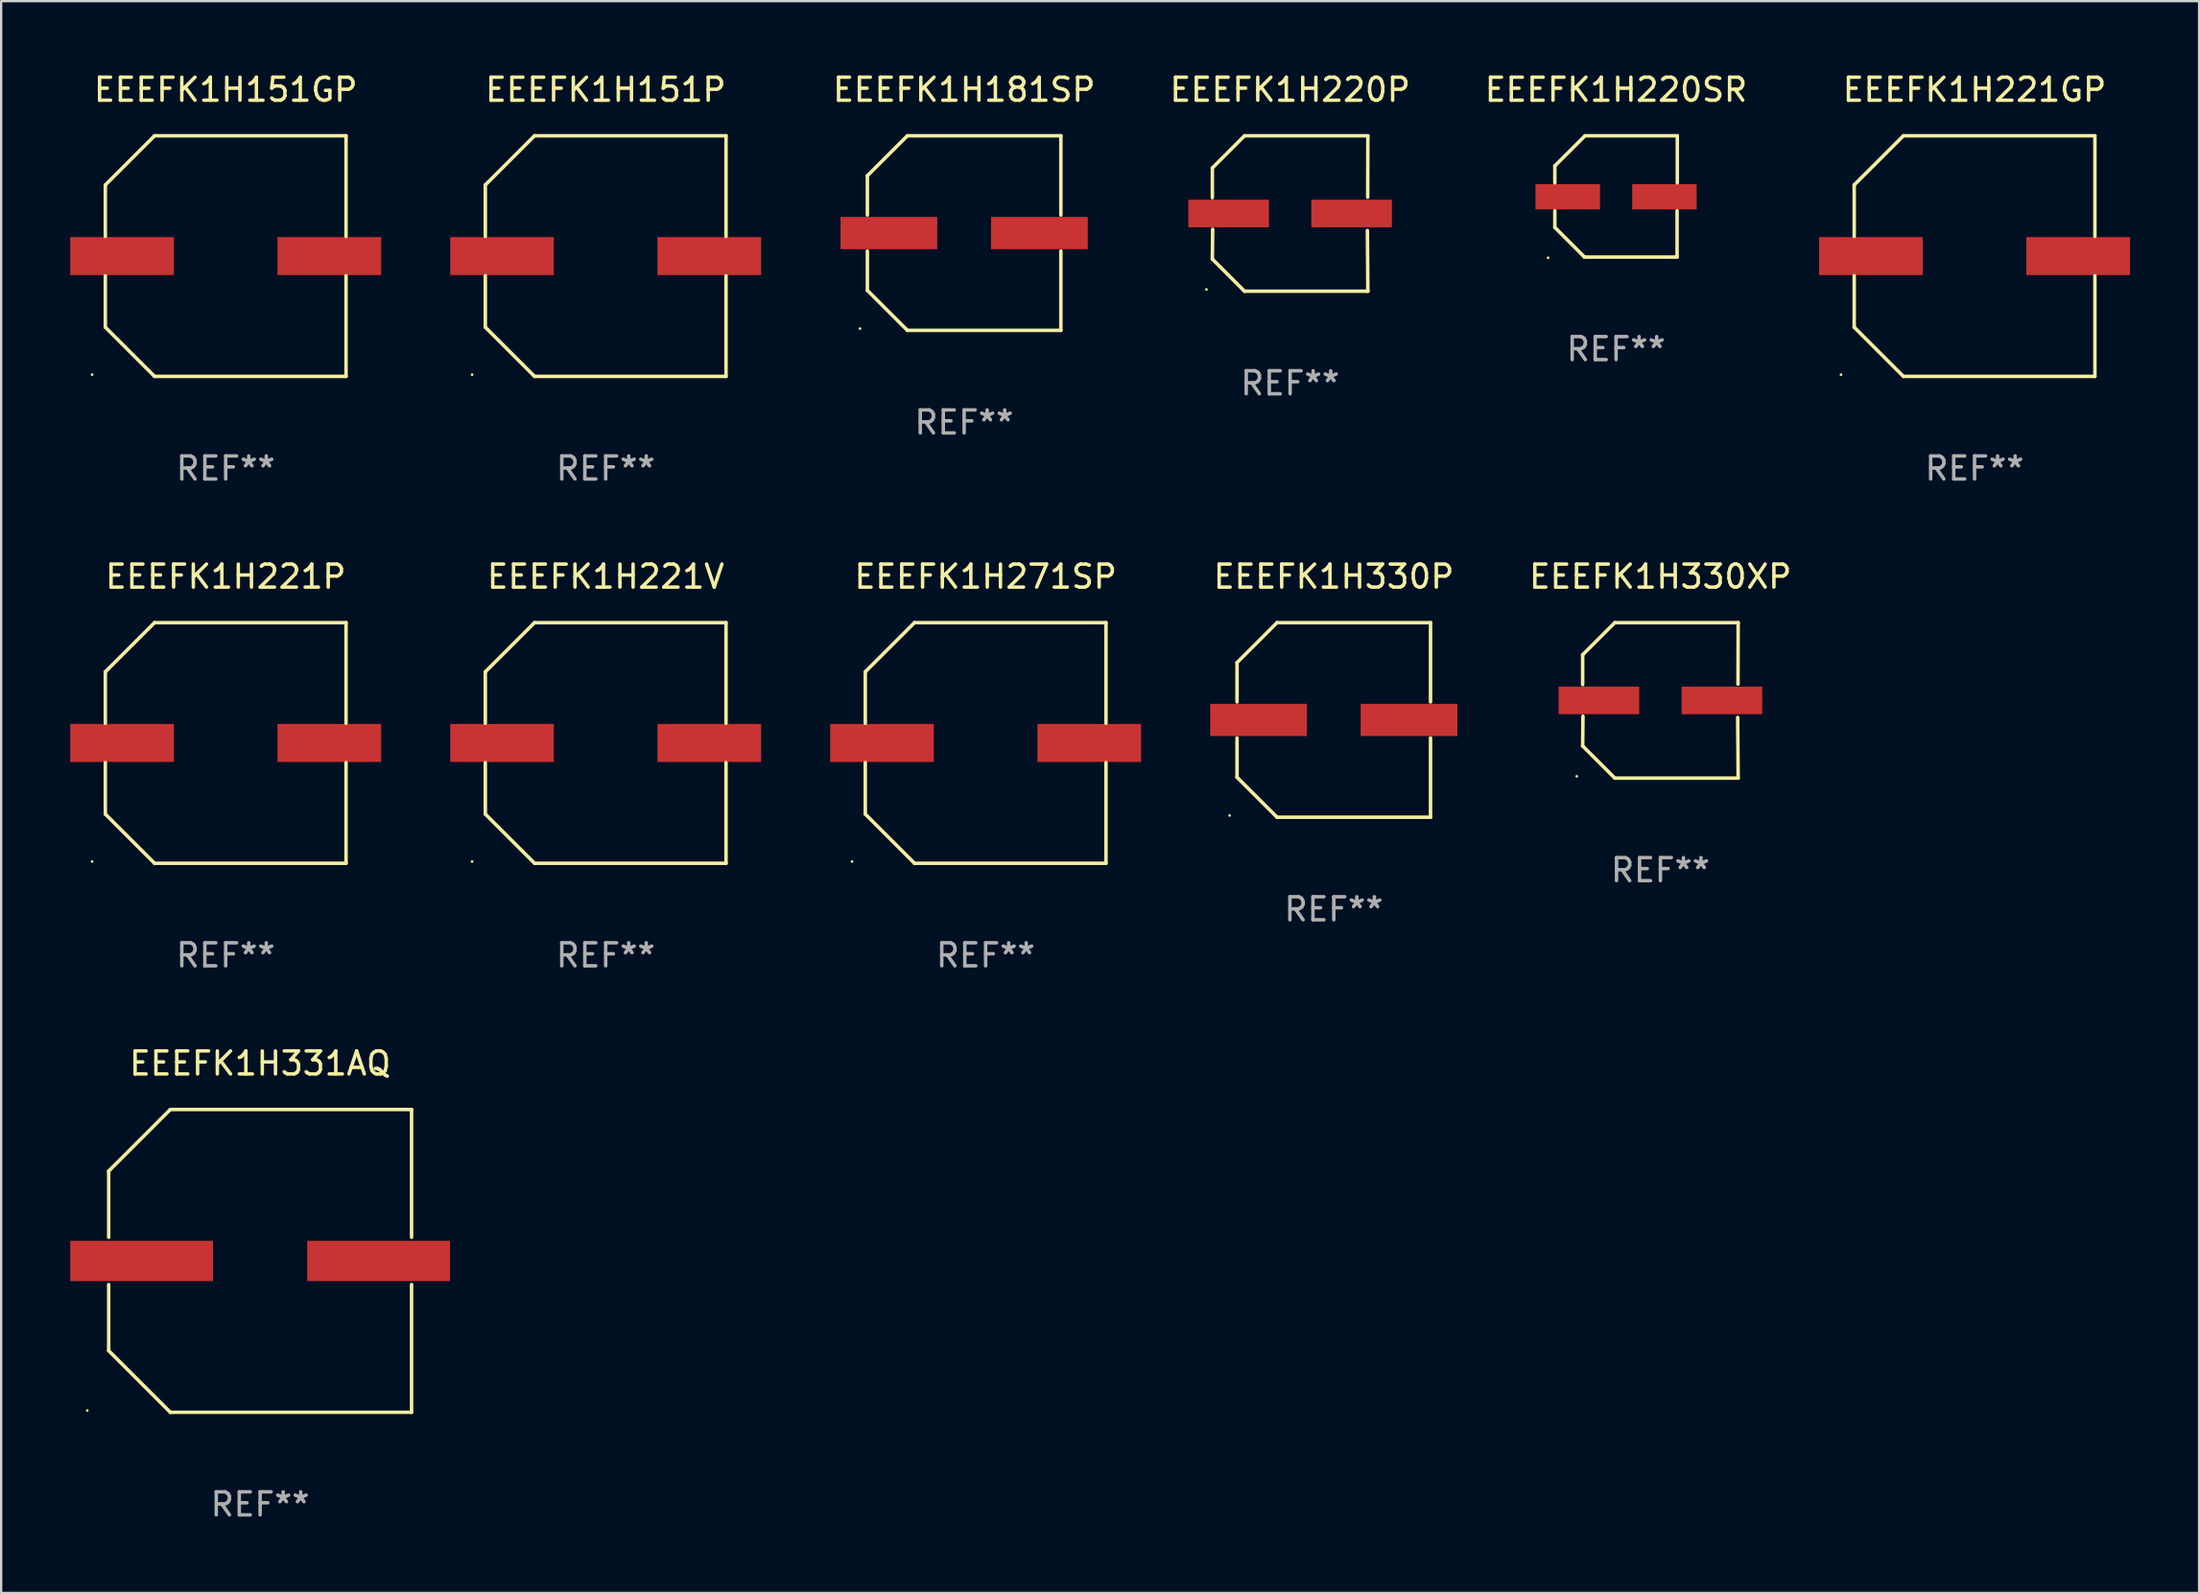
<source format=kicad_pcb>
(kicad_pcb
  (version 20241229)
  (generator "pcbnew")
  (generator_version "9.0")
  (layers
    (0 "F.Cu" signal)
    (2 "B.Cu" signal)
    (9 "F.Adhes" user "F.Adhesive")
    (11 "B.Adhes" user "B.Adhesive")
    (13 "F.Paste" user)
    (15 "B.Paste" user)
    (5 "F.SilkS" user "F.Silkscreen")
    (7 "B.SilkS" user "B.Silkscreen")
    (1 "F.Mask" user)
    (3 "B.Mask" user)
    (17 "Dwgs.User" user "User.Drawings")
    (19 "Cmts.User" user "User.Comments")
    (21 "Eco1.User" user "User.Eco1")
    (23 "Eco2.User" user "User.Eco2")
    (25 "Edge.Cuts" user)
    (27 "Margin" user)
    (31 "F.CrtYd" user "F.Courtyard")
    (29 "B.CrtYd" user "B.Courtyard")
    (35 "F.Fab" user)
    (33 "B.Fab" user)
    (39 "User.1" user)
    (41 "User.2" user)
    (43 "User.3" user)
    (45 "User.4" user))
  (footprint "EEEFK1H151GP"
    (layer "F.Cu")
    (at 6.75 8.074)
    (property "Reference" "EEEFK1H151GP" (at 0 -7.226 0) (layer "F.SilkS") (effects (font (size 1 1) (thickness 0.15))))
    (attr through_hole)
    (fp_line (start -5.226 -3.09) (end -5.226 -0.852) (stroke (width 0.152) (type solid)) (layer "F.SilkS"))
    (fp_line (start -5.226 3.09) (end -5.226 0.852) (stroke (width 0.152) (type solid)) (layer "F.SilkS"))
    (fp_line (start -3.09 -5.226) (end -5.226 -3.09) (stroke (width 0.152) (type solid)) (layer "F.SilkS"))
    (fp_line (start -3.09 5.226) (end -5.226 3.09) (stroke (width 0.152) (type solid)) (layer "F.SilkS"))
    (fp_line (start 5.226 -5.226) (end -3.09 -5.226) (stroke (width 0.152) (type solid)) (layer "F.SilkS"))
    (fp_line (start 5.226 -0.852) (end 5.226 -5.226) (stroke (width 0.152) (type solid)) (layer "F.SilkS"))
    (fp_line (start 5.226 0.852) (end 5.226 5.226) (stroke (width 0.152) (type solid)) (layer "F.SilkS"))
    (fp_line (start 5.226 5.226) (end -3.09 5.226) (stroke (width 0.152) (type solid)) (layer "F.SilkS"))
    (fp_circle (center -5.8 5.15) (end -5.77 5.15) (stroke (width 0.06) (type solid)) (fill no) (layer "F.SilkS"))
    (fp_text user "REF**" (at 0 9.226 0) (layer "F.Fab") (effects (font (size 1 1) (thickness 0.15))))
    (pad "1" smd rect (at -4.5 0) (size 4.5 1.65) (layers "F.Cu" "F.Mask" "F.Paste"))
    (pad "2" smd rect (at 4.5 0) (size 4.5 1.65) (layers "F.Cu" "F.Mask" "F.Paste")))
  (footprint "EEEFK1H151P"
    (layer "F.Cu")
    (at 23.25 8.074)
    (property "Reference" "EEEFK1H151P" (at 0 -7.226 0) (layer "F.SilkS") (effects (font (size 1 1) (thickness 0.15))))
    (attr through_hole)
    (fp_line (start -5.226 -3.09) (end -5.226 -0.852) (stroke (width 0.152) (type solid)) (layer "F.SilkS"))
    (fp_line (start -5.226 3.09) (end -5.226 0.852) (stroke (width 0.152) (type solid)) (layer "F.SilkS"))
    (fp_line (start -3.09 -5.226) (end -5.226 -3.09) (stroke (width 0.152) (type solid)) (layer "F.SilkS"))
    (fp_line (start -3.09 5.226) (end -5.226 3.09) (stroke (width 0.152) (type solid)) (layer "F.SilkS"))
    (fp_line (start 5.226 -5.226) (end -3.09 -5.226) (stroke (width 0.152) (type solid)) (layer "F.SilkS"))
    (fp_line (start 5.226 -0.852) (end 5.226 -5.226) (stroke (width 0.152) (type solid)) (layer "F.SilkS"))
    (fp_line (start 5.226 0.852) (end 5.226 5.226) (stroke (width 0.152) (type solid)) (layer "F.SilkS"))
    (fp_line (start 5.226 5.226) (end -3.09 5.226) (stroke (width 0.152) (type solid)) (layer "F.SilkS"))
    (fp_circle (center -5.8 5.15) (end -5.77 5.15) (stroke (width 0.06) (type solid)) (fill no) (layer "F.SilkS"))
    (fp_text user "REF**" (at 0 9.226 0) (layer "F.Fab") (effects (font (size 1 1) (thickness 0.15))))
    (pad "1" smd rect (at -4.5 0) (size 4.5 1.65) (layers "F.Cu" "F.Mask" "F.Paste"))
    (pad "2" smd rect (at 4.5 0) (size 4.5 1.65) (layers "F.Cu" "F.Mask" "F.Paste")))
  (footprint "EEEFK1H220P"
    (layer "F.Cu")
    (at 52.97 6.224)
    (property "Reference" "EEEFK1H220P" (at 0 -5.376 0) (layer "F.SilkS") (effects (font (size 1 1) (thickness 0.15))))
    (attr through_hole)
    (fp_line (start -3.376 -1.98) (end -3.376 -0.686) (stroke (width 0.152) (type solid)) (layer "F.SilkS"))
    (fp_line (start -3.376 1.981) (end -3.362 0.686) (stroke (width 0.152) (type solid)) (layer "F.SilkS"))
    (fp_line (start -1.981 3.376) (end -3.376 1.981) (stroke (width 0.152) (type solid)) (layer "F.SilkS"))
    (fp_line (start -1.98 -3.376) (end -3.376 -1.98) (stroke (width 0.152) (type solid)) (layer "F.SilkS"))
    (fp_line (start 3.356 0.74) (end 3.376 3.376) (stroke (width 0.152) (type solid)) (layer "F.SilkS"))
    (fp_line (start 3.369 -0.707) (end 3.376 -3.376) (stroke (width 0.152) (type solid)) (layer "F.SilkS"))
    (fp_line (start 3.376 3.376) (end -1.981 3.376) (stroke (width 0.152) (type solid)) (layer "F.SilkS"))
    (fp_line (start 3.376 -3.376) (end -1.98 -3.376) (stroke (width 0.152) (type solid)) (layer "F.SilkS"))
    (fp_circle (center -3.634 3.3) (end -3.604 3.3) (stroke (width 0.06) (type solid)) (fill no) (layer "F.SilkS"))
    (fp_text user "REF**" (at 0 7.376 0) (layer "F.Fab") (effects (font (size 1 1) (thickness 0.15))))
    (pad "1" smd rect (at -2.67 0.000254) (size 3.5 1.2) (layers "F.Cu" "F.Mask" "F.Paste"))
    (pad "2" smd rect (at 2.67 0.000254) (size 3.5 1.2) (layers "F.Cu" "F.Mask" "F.Paste")))
  (footprint "EEEFK1H181SP"
    (layer "F.Cu")
    (at 38.815 7.074)
    (property "Reference" "EEEFK1H181SP" (at 0 -6.226 0) (layer "F.SilkS") (effects (font (size 1 1) (thickness 0.15))))
    (attr through_hole)
    (fp_line (start -4.201 -2.49) (end -4.201 -0.782) (stroke (width 0.152) (type solid)) (layer "F.SilkS"))
    (fp_line (start -4.201 2.49) (end -4.201 0.782) (stroke (width 0.152) (type solid)) (layer "F.SilkS"))
    (fp_line (start -2.465 -4.226) (end -4.201 -2.49) (stroke (width 0.152) (type solid)) (layer "F.SilkS"))
    (fp_line (start -2.465 4.226) (end -4.201 2.49) (stroke (width 0.152) (type solid)) (layer "F.SilkS"))
    (fp_line (start 4.201 -4.226) (end -2.465 -4.226) (stroke (width 0.152) (type solid)) (layer "F.SilkS"))
    (fp_line (start 4.201 -0.782) (end 4.201 -4.226) (stroke (width 0.152) (type solid)) (layer "F.SilkS"))
    (fp_line (start 4.201 0.782) (end 4.201 4.226) (stroke (width 0.152) (type solid)) (layer "F.SilkS"))
    (fp_line (start 4.201 4.226) (end -2.465 4.226) (stroke (width 0.152) (type solid)) (layer "F.SilkS"))
    (fp_circle (center -4.524 4.15) (end -4.494 4.15) (stroke (width 0.06) (type solid)) (fill no) (layer "F.SilkS"))
    (fp_text user "REF**" (at 0 8.226 0) (layer "F.Fab") (effects (font (size 1 1) (thickness 0.15))))
    (pad "1" smd rect (at -3.267 0) (size 4.2 1.4) (layers "F.Cu" "F.Mask" "F.Paste"))
    (pad "2" smd rect (at 3.267 0) (size 4.2 1.4) (layers "F.Cu" "F.Mask" "F.Paste")))
  (footprint "EEEFK1H220SR"
    (layer "F.Cu")
    (at 67.124 5.482)
    (property "Reference" "EEEFK1H220SR" (at 0 -4.634 0) (layer "F.SilkS") (effects (font (size 1 1) (thickness 0.15))))
    (attr through_hole)
    (fp_line (start -2.659 -1.326) (end -2.659 -0.592) (stroke (width 0.152) (type solid)) (layer "F.SilkS"))
    (fp_line (start -2.659 1.346) (end -2.659 0.622) (stroke (width 0.152) (type solid)) (layer "F.SilkS"))
    (fp_line (start -1.372 2.634) (end -2.659 1.346) (stroke (width 0.152) (type solid)) (layer "F.SilkS"))
    (fp_line (start -1.349 -2.634) (end -2.659 -1.326) (stroke (width 0.152) (type solid)) (layer "F.SilkS"))
    (fp_line (start 2.649 0.622) (end 2.649 2.634) (stroke (width 0.152) (type solid)) (layer "F.SilkS"))
    (fp_line (start 2.649 2.634) (end -1.372 2.634) (stroke (width 0.152) (type solid)) (layer "F.SilkS"))
    (fp_line (start 2.659 -2.634) (end -1.349 -2.634) (stroke (width 0.152) (type solid)) (layer "F.SilkS"))
    (fp_line (start 2.659 -0.592) (end 2.659 -2.634) (stroke (width 0.152) (type solid)) (layer "F.SilkS"))
    (fp_circle (center -2.95 2.665) (end -2.92 2.665) (stroke (width 0.06) (type solid)) (fill no) (layer "F.SilkS"))
    (fp_text user "REF**" (at 0 6.634 0) (layer "F.Fab") (effects (font (size 1 1) (thickness 0.15))))
    (pad "1" smd rect (at -2.1 0.015) (size 2.8 1.1) (layers "F.Cu" "F.Mask" "F.Paste"))
    (pad "2" smd rect (at 2.1 0.015) (size 2.8 1.1) (layers "F.Cu" "F.Mask" "F.Paste")))
  (footprint "EEEFK1H331AQ"
    (layer "F.Cu")
    (at 8.245 51.722)
    (property "Reference" "EEEFK1H331AQ" (at 0 -8.576 0) (layer "F.SilkS") (effects (font (size 1 1) (thickness 0.15))))
    (attr through_hole)
    (fp_line (start -6.576 -3.9) (end -6.576 -1.027) (stroke (width 0.152) (type solid)) (layer "F.SilkS"))
    (fp_line (start -6.576 3.9) (end -6.576 1.027) (stroke (width 0.152) (type solid)) (layer "F.SilkS"))
    (fp_line (start -3.9 -6.576) (end -6.576 -3.9) (stroke (width 0.152) (type solid)) (layer "F.SilkS"))
    (fp_line (start -3.9 6.576) (end -6.576 3.9) (stroke (width 0.152) (type solid)) (layer "F.SilkS"))
    (fp_line (start 6.576 -6.576) (end -3.9 -6.576) (stroke (width 0.152) (type solid)) (layer "F.SilkS"))
    (fp_line (start 6.576 -1.027) (end 6.576 -6.576) (stroke (width 0.152) (type solid)) (layer "F.SilkS"))
    (fp_line (start 6.576 1.027) (end 6.576 6.576) (stroke (width 0.152) (type solid)) (layer "F.SilkS"))
    (fp_line (start 6.576 6.576) (end -3.9 6.576) (stroke (width 0.152) (type solid)) (layer "F.SilkS"))
    (fp_circle (center -7.506 6.5) (end -7.476 6.5) (stroke (width 0.06) (type solid)) (fill no) (layer "F.SilkS"))
    (fp_text user "REF**" (at 0 10.576 0) (layer "F.Fab") (effects (font (size 1 1) (thickness 0.15))))
    (pad "1" smd rect (at -5.145 0) (size 6.2 1.75) (layers "F.Cu" "F.Mask" "F.Paste"))
    (pad "2" smd rect (at 5.145 0) (size 6.2 1.75) (layers "F.Cu" "F.Mask" "F.Paste")))
  (footprint "EEEFK1H221GP"
    (layer "F.Cu")
    (at 82.69 8.074)
    (property "Reference" "EEEFK1H221GP" (at 0 -7.226 0) (layer "F.SilkS") (effects (font (size 1 1) (thickness 0.15))))
    (attr through_hole)
    (fp_line (start -5.226 -3.09) (end -5.226 -0.852) (stroke (width 0.152) (type solid)) (layer "F.SilkS"))
    (fp_line (start -5.226 3.09) (end -5.226 0.852) (stroke (width 0.152) (type solid)) (layer "F.SilkS"))
    (fp_line (start -3.09 -5.226) (end -5.226 -3.09) (stroke (width 0.152) (type solid)) (layer "F.SilkS"))
    (fp_line (start -3.09 5.226) (end -5.226 3.09) (stroke (width 0.152) (type solid)) (layer "F.SilkS"))
    (fp_line (start 5.226 -5.226) (end -3.09 -5.226) (stroke (width 0.152) (type solid)) (layer "F.SilkS"))
    (fp_line (start 5.226 -0.852) (end 5.226 -5.226) (stroke (width 0.152) (type solid)) (layer "F.SilkS"))
    (fp_line (start 5.226 0.852) (end 5.226 5.226) (stroke (width 0.152) (type solid)) (layer "F.SilkS"))
    (fp_line (start 5.226 5.226) (end -3.09 5.226) (stroke (width 0.152) (type solid)) (layer "F.SilkS"))
    (fp_circle (center -5.8 5.15) (end -5.77 5.15) (stroke (width 0.06) (type solid)) (fill no) (layer "F.SilkS"))
    (fp_text user "REF**" (at 0 9.226 0) (layer "F.Fab") (effects (font (size 1 1) (thickness 0.15))))
    (pad "1" smd rect (at -4.5 0) (size 4.5 1.65) (layers "F.Cu" "F.Mask" "F.Paste"))
    (pad "2" smd rect (at 4.5 0) (size 4.5 1.65) (layers "F.Cu" "F.Mask" "F.Paste")))
  (footprint "EEEFK1H330P"
    (layer "F.Cu")
    (at 54.866 28.223)
    (property "Reference" "EEEFK1H330P" (at 0 -6.226 0) (layer "F.SilkS") (effects (font (size 1 1) (thickness 0.15))))
    (attr through_hole)
    (fp_line (start -4.201 -2.49) (end -4.201 -0.782) (stroke (width 0.152) (type solid)) (layer "F.SilkS"))
    (fp_line (start -4.201 2.49) (end -4.201 0.782) (stroke (width 0.152) (type solid)) (layer "F.SilkS"))
    (fp_line (start -2.465 -4.226) (end -4.201 -2.49) (stroke (width 0.152) (type solid)) (layer "F.SilkS"))
    (fp_line (start -2.465 4.226) (end -4.201 2.49) (stroke (width 0.152) (type solid)) (layer "F.SilkS"))
    (fp_line (start 4.201 -4.226) (end -2.465 -4.226) (stroke (width 0.152) (type solid)) (layer "F.SilkS"))
    (fp_line (start 4.201 -0.782) (end 4.201 -4.226) (stroke (width 0.152) (type solid)) (layer "F.SilkS"))
    (fp_line (start 4.201 0.782) (end 4.201 4.226) (stroke (width 0.152) (type solid)) (layer "F.SilkS"))
    (fp_line (start 4.201 4.226) (end -2.465 4.226) (stroke (width 0.152) (type solid)) (layer "F.SilkS"))
    (fp_circle (center -4.524 4.15) (end -4.494 4.15) (stroke (width 0.06) (type solid)) (fill no) (layer "F.SilkS"))
    (fp_text user "REF**" (at 0 8.226 0) (layer "F.Fab") (effects (font (size 1 1) (thickness 0.15))))
    (pad "1" smd rect (at -3.267 0) (size 4.2 1.4) (layers "F.Cu" "F.Mask" "F.Paste"))
    (pad "2" smd rect (at 3.267 0) (size 4.2 1.4) (layers "F.Cu" "F.Mask" "F.Paste")))
  (footprint "EEEFK1H271SP"
    (layer "F.Cu")
    (at 39.749 29.223)
    (property "Reference" "EEEFK1H271SP" (at 0 -7.226 0) (layer "F.SilkS") (effects (font (size 1 1) (thickness 0.15))))
    (attr through_hole)
    (fp_line (start -5.226 -3.09) (end -5.226 -0.852) (stroke (width 0.152) (type solid)) (layer "F.SilkS"))
    (fp_line (start -5.226 3.09) (end -5.226 0.852) (stroke (width 0.152) (type solid)) (layer "F.SilkS"))
    (fp_line (start -3.09 -5.226) (end -5.226 -3.09) (stroke (width 0.152) (type solid)) (layer "F.SilkS"))
    (fp_line (start -3.09 5.226) (end -5.226 3.09) (stroke (width 0.152) (type solid)) (layer "F.SilkS"))
    (fp_line (start 5.226 -5.226) (end -3.09 -5.226) (stroke (width 0.152) (type solid)) (layer "F.SilkS"))
    (fp_line (start 5.226 -0.852) (end 5.226 -5.226) (stroke (width 0.152) (type solid)) (layer "F.SilkS"))
    (fp_line (start 5.226 0.852) (end 5.226 5.226) (stroke (width 0.152) (type solid)) (layer "F.SilkS"))
    (fp_line (start 5.226 5.226) (end -3.09 5.226) (stroke (width 0.152) (type solid)) (layer "F.SilkS"))
    (fp_circle (center -5.8 5.15) (end -5.77 5.15) (stroke (width 0.06) (type solid)) (fill no) (layer "F.SilkS"))
    (fp_text user "REF**" (at 0 9.226 0) (layer "F.Fab") (effects (font (size 1 1) (thickness 0.15))))
    (pad "1" smd rect (at -4.5 0) (size 4.5 1.65) (layers "F.Cu" "F.Mask" "F.Paste"))
    (pad "2" smd rect (at 4.5 0) (size 4.5 1.65) (layers "F.Cu" "F.Mask" "F.Paste")))
  (footprint "EEEFK1H330XP"
    (layer "F.Cu")
    (at 69.049 27.373)
    (property "Reference" "EEEFK1H330XP" (at 0 -5.376 0) (layer "F.SilkS") (effects (font (size 1 1) (thickness 0.15))))
    (attr through_hole)
    (fp_line (start -3.376 -1.98) (end -3.376 -0.686) (stroke (width 0.152) (type solid)) (layer "F.SilkS"))
    (fp_line (start -3.376 1.981) (end -3.362 0.686) (stroke (width 0.152) (type solid)) (layer "F.SilkS"))
    (fp_line (start -1.981 3.376) (end -3.376 1.981) (stroke (width 0.152) (type solid)) (layer "F.SilkS"))
    (fp_line (start -1.98 -3.376) (end -3.376 -1.98) (stroke (width 0.152) (type solid)) (layer "F.SilkS"))
    (fp_line (start 3.356 0.74) (end 3.376 3.376) (stroke (width 0.152) (type solid)) (layer "F.SilkS"))
    (fp_line (start 3.369 -0.707) (end 3.376 -3.376) (stroke (width 0.152) (type solid)) (layer "F.SilkS"))
    (fp_line (start 3.376 3.376) (end -1.981 3.376) (stroke (width 0.152) (type solid)) (layer "F.SilkS"))
    (fp_line (start 3.376 -3.376) (end -1.98 -3.376) (stroke (width 0.152) (type solid)) (layer "F.SilkS"))
    (fp_circle (center -3.634 3.3) (end -3.604 3.3) (stroke (width 0.06) (type solid)) (fill no) (layer "F.SilkS"))
    (fp_text user "REF**" (at 0 7.376 0) (layer "F.Fab") (effects (font (size 1 1) (thickness 0.15))))
    (pad "1" smd rect (at -2.67 0.000254) (size 3.5 1.2) (layers "F.Cu" "F.Mask" "F.Paste"))
    (pad "2" smd rect (at 2.67 0.000254) (size 3.5 1.2) (layers "F.Cu" "F.Mask" "F.Paste")))
  (footprint "EEEFK1H221P"
    (layer "F.Cu")
    (at 6.75 29.223)
    (property "Reference" "EEEFK1H221P" (at 0 -7.226 0) (layer "F.SilkS") (effects (font (size 1 1) (thickness 0.15))))
    (attr through_hole)
    (fp_line (start -5.226 -3.09) (end -5.226 -0.852) (stroke (width 0.152) (type solid)) (layer "F.SilkS"))
    (fp_line (start -5.226 3.09) (end -5.226 0.852) (stroke (width 0.152) (type solid)) (layer "F.SilkS"))
    (fp_line (start -3.09 -5.226) (end -5.226 -3.09) (stroke (width 0.152) (type solid)) (layer "F.SilkS"))
    (fp_line (start -3.09 5.226) (end -5.226 3.09) (stroke (width 0.152) (type solid)) (layer "F.SilkS"))
    (fp_line (start 5.226 -5.226) (end -3.09 -5.226) (stroke (width 0.152) (type solid)) (layer "F.SilkS"))
    (fp_line (start 5.226 -0.852) (end 5.226 -5.226) (stroke (width 0.152) (type solid)) (layer "F.SilkS"))
    (fp_line (start 5.226 0.852) (end 5.226 5.226) (stroke (width 0.152) (type solid)) (layer "F.SilkS"))
    (fp_line (start 5.226 5.226) (end -3.09 5.226) (stroke (width 0.152) (type solid)) (layer "F.SilkS"))
    (fp_circle (center -5.8 5.15) (end -5.77 5.15) (stroke (width 0.06) (type solid)) (fill no) (layer "F.SilkS"))
    (fp_text user "REF**" (at 0 9.226 0) (layer "F.Fab") (effects (font (size 1 1) (thickness 0.15))))
    (pad "1" smd rect (at -4.5 0) (size 4.5 1.65) (layers "F.Cu" "F.Mask" "F.Paste"))
    (pad "2" smd rect (at 4.5 0) (size 4.5 1.65) (layers "F.Cu" "F.Mask" "F.Paste")))
  (footprint "EEEFK1H221V"
    (layer "F.Cu")
    (at 23.25 29.223)
    (property "Reference" "EEEFK1H221V" (at 0 -7.226 0) (layer "F.SilkS") (effects (font (size 1 1) (thickness 0.15))))
    (attr through_hole)
    (fp_line (start -5.226 -3.09) (end -5.226 -0.852) (stroke (width 0.152) (type solid)) (layer "F.SilkS"))
    (fp_line (start -5.226 3.09) (end -5.226 0.852) (stroke (width 0.152) (type solid)) (layer "F.SilkS"))
    (fp_line (start -3.09 -5.226) (end -5.226 -3.09) (stroke (width 0.152) (type solid)) (layer "F.SilkS"))
    (fp_line (start -3.09 5.226) (end -5.226 3.09) (stroke (width 0.152) (type solid)) (layer "F.SilkS"))
    (fp_line (start 5.226 -5.226) (end -3.09 -5.226) (stroke (width 0.152) (type solid)) (layer "F.SilkS"))
    (fp_line (start 5.226 -0.852) (end 5.226 -5.226) (stroke (width 0.152) (type solid)) (layer "F.SilkS"))
    (fp_line (start 5.226 0.852) (end 5.226 5.226) (stroke (width 0.152) (type solid)) (layer "F.SilkS"))
    (fp_line (start 5.226 5.226) (end -3.09 5.226) (stroke (width 0.152) (type solid)) (layer "F.SilkS"))
    (fp_circle (center -5.8 5.15) (end -5.77 5.15) (stroke (width 0.06) (type solid)) (fill no) (layer "F.SilkS"))
    (fp_text user "REF**" (at 0 9.226 0) (layer "F.Fab") (effects (font (size 1 1) (thickness 0.15))))
    (pad "1" smd rect (at -4.5 0) (size 4.5 1.65) (layers "F.Cu" "F.Mask" "F.Paste"))
    (pad "2" smd rect (at 4.5 0) (size 4.5 1.65) (layers "F.Cu" "F.Mask" "F.Paste")))
  (gr_rect
    (start -3 -3)
    (end 92.44 66.147)
    (stroke (width 0.1) (type default))
    (fill no)
    (layer "Edge.Cuts")))
</source>
